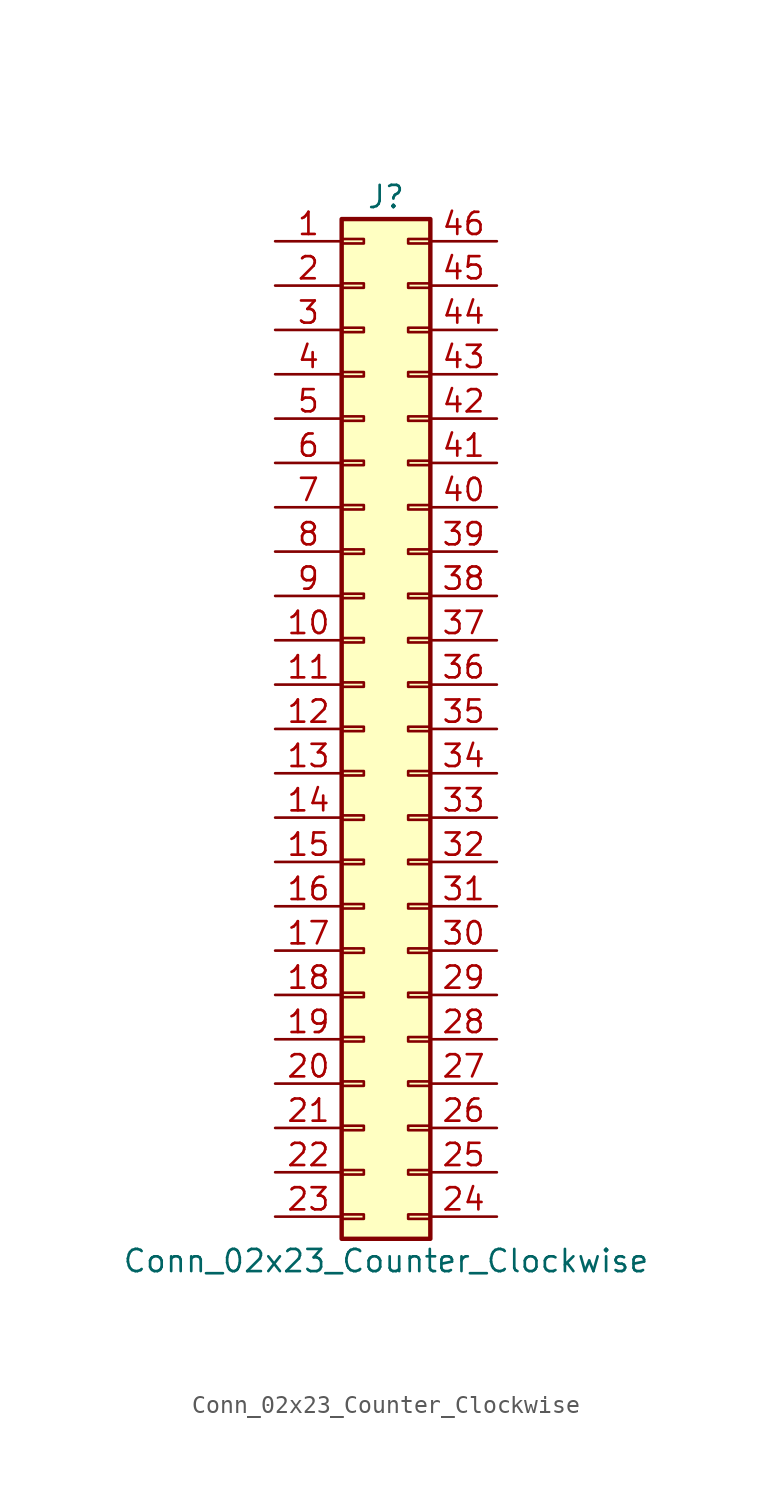
<source format=kicad_sym>
(kicad_symbol_lib
  (version 20220914)
  (generator kicad_symbol_editor)
  (symbol "Conn_02x23_Counter_Clockwise"
    (pin_names
      (offset 1.016) hide)
    (property "Reference" "J"
      (at 1.27 30.48 0)
      (effects (font (size 1.27 1.27))))
    (property "Value" "Conn_02x23_Counter_Clockwise"
      (at 1.27 -30.48 0)
      (effects (font (size 1.27 1.27))))
    (symbol "Conn_02x23_Counter_Clockwise_1_1"
      (rectangle (start -1.27 -27.813) (end 0 -28.067) (stroke (width 0.152) (type solid)) (fill (type none)))
      (rectangle (start -1.27 -25.273) (end 0 -25.527) (stroke (width 0.152) (type solid)) (fill (type none)))
      (rectangle (start -1.27 -22.733) (end 0 -22.987) (stroke (width 0.152) (type solid)) (fill (type none)))
      (rectangle (start -1.27 -20.193) (end 0 -20.447) (stroke (width 0.152) (type solid)) (fill (type none)))
      (rectangle (start -1.27 -17.653) (end 0 -17.907) (stroke (width 0.152) (type solid)) (fill (type none)))
      (rectangle (start -1.27 -15.113) (end 0 -15.367) (stroke (width 0.152) (type solid)) (fill (type none)))
      (rectangle (start -1.27 -12.573) (end 0 -12.827) (stroke (width 0.152) (type solid)) (fill (type none)))
      (rectangle (start -1.27 -10.033) (end 0 -10.287) (stroke (width 0.152) (type solid)) (fill (type none)))
      (rectangle (start -1.27 -7.493) (end 0 -7.747) (stroke (width 0.152) (type solid)) (fill (type none)))
      (rectangle (start -1.27 -4.953) (end 0 -5.207) (stroke (width 0.152) (type solid)) (fill (type none)))
      (rectangle (start -1.27 -2.413) (end 0 -2.667) (stroke (width 0.152) (type solid)) (fill (type none)))
      (rectangle (start -1.27 0.127) (end 0 -0.127) (stroke (width 0.152) (type solid)) (fill (type none)))
      (rectangle (start -1.27 2.667) (end 0 2.413) (stroke (width 0.152) (type solid)) (fill (type none)))
      (rectangle (start -1.27 5.207) (end 0 4.953) (stroke (width 0.152) (type solid)) (fill (type none)))
      (rectangle (start -1.27 7.747) (end 0 7.493) (stroke (width 0.152) (type solid)) (fill (type none)))
      (rectangle (start -1.27 10.287) (end 0 10.033) (stroke (width 0.152) (type solid)) (fill (type none)))
      (rectangle (start -1.27 12.827) (end 0 12.573) (stroke (width 0.152) (type solid)) (fill (type none)))
      (rectangle (start -1.27 15.367) (end 0 15.113) (stroke (width 0.152) (type solid)) (fill (type none)))
      (rectangle (start -1.27 17.907) (end 0 17.653) (stroke (width 0.152) (type solid)) (fill (type none)))
      (rectangle (start -1.27 20.447) (end 0 20.193) (stroke (width 0.152) (type solid)) (fill (type none)))
      (rectangle (start -1.27 22.987) (end 0 22.733) (stroke (width 0.152) (type solid)) (fill (type none)))
      (rectangle (start -1.27 25.527) (end 0 25.273) (stroke (width 0.152) (type solid)) (fill (type none)))
      (rectangle (start -1.27 28.067) (end 0 27.813) (stroke (width 0.152) (type solid)) (fill (type none)))
      (rectangle (start -1.27 29.21) (end 3.81 -29.21) (stroke (width 0.254) (type solid)) (fill (type background)))
      (rectangle (start 3.81 -27.813) (end 2.54 -28.067) (stroke (width 0.152) (type solid)) (fill (type none)))
      (rectangle (start 3.81 -25.273) (end 2.54 -25.527) (stroke (width 0.152) (type solid)) (fill (type none)))
      (rectangle (start 3.81 -22.733) (end 2.54 -22.987) (stroke (width 0.152) (type solid)) (fill (type none)))
      (rectangle (start 3.81 -20.193) (end 2.54 -20.447) (stroke (width 0.152) (type solid)) (fill (type none)))
      (rectangle (start 3.81 -17.653) (end 2.54 -17.907) (stroke (width 0.152) (type solid)) (fill (type none)))
      (rectangle (start 3.81 -15.113) (end 2.54 -15.367) (stroke (width 0.152) (type solid)) (fill (type none)))
      (rectangle (start 3.81 -12.573) (end 2.54 -12.827) (stroke (width 0.152) (type solid)) (fill (type none)))
      (rectangle (start 3.81 -10.033) (end 2.54 -10.287) (stroke (width 0.152) (type solid)) (fill (type none)))
      (rectangle (start 3.81 -7.493) (end 2.54 -7.747) (stroke (width 0.152) (type solid)) (fill (type none)))
      (rectangle (start 3.81 -4.953) (end 2.54 -5.207) (stroke (width 0.152) (type solid)) (fill (type none)))
      (rectangle (start 3.81 -2.413) (end 2.54 -2.667) (stroke (width 0.152) (type solid)) (fill (type none)))
      (rectangle (start 3.81 0.127) (end 2.54 -0.127) (stroke (width 0.152) (type solid)) (fill (type none)))
      (rectangle (start 3.81 2.667) (end 2.54 2.413) (stroke (width 0.152) (type solid)) (fill (type none)))
      (rectangle (start 3.81 5.207) (end 2.54 4.953) (stroke (width 0.152) (type solid)) (fill (type none)))
      (rectangle (start 3.81 7.747) (end 2.54 7.493) (stroke (width 0.152) (type solid)) (fill (type none)))
      (rectangle (start 3.81 10.287) (end 2.54 10.033) (stroke (width 0.152) (type solid)) (fill (type none)))
      (rectangle (start 3.81 12.827) (end 2.54 12.573) (stroke (width 0.152) (type solid)) (fill (type none)))
      (rectangle (start 3.81 15.367) (end 2.54 15.113) (stroke (width 0.152) (type solid)) (fill (type none)))
      (rectangle (start 3.81 17.907) (end 2.54 17.653) (stroke (width 0.152) (type solid)) (fill (type none)))
      (rectangle (start 3.81 20.447) (end 2.54 20.193) (stroke (width 0.152) (type solid)) (fill (type none)))
      (rectangle (start 3.81 22.987) (end 2.54 22.733) (stroke (width 0.152) (type solid)) (fill (type none)))
      (rectangle (start 3.81 25.527) (end 2.54 25.273) (stroke (width 0.152) (type solid)) (fill (type none)))
      (rectangle (start 3.81 28.067) (end 2.54 27.813) (stroke (width 0.152) (type solid)) (fill (type none)))
      (pin passive line (at -5.08 27.94 0) (length 3.81) (name "Pin_1" (effects (font (size 1.27 1.27)))) (number "1" (effects (font (size 1.27 1.27)))))
      (pin passive line (at -5.08 5.08 0) (length 3.81) (name "Pin_10" (effects (font (size 1.27 1.27)))) (number "10" (effects (font (size 1.27 1.27)))))
      (pin passive line (at -5.08 2.54 0) (length 3.81) (name "Pin_11" (effects (font (size 1.27 1.27)))) (number "11" (effects (font (size 1.27 1.27)))))
      (pin passive line (at -5.08 0 0) (length 3.81) (name "Pin_12" (effects (font (size 1.27 1.27)))) (number "12" (effects (font (size 1.27 1.27)))))
      (pin passive line (at -5.08 -2.54 0) (length 3.81) (name "Pin_13" (effects (font (size 1.27 1.27)))) (number "13" (effects (font (size 1.27 1.27)))))
      (pin passive line (at -5.08 -5.08 0) (length 3.81) (name "Pin_14" (effects (font (size 1.27 1.27)))) (number "14" (effects (font (size 1.27 1.27)))))
      (pin passive line (at -5.08 -7.62 0) (length 3.81) (name "Pin_15" (effects (font (size 1.27 1.27)))) (number "15" (effects (font (size 1.27 1.27)))))
      (pin passive line (at -5.08 -10.16 0) (length 3.81) (name "Pin_16" (effects (font (size 1.27 1.27)))) (number "16" (effects (font (size 1.27 1.27)))))
      (pin passive line (at -5.08 -12.7 0) (length 3.81) (name "Pin_17" (effects (font (size 1.27 1.27)))) (number "17" (effects (font (size 1.27 1.27)))))
      (pin passive line (at -5.08 -15.24 0) (length 3.81) (name "Pin_18" (effects (font (size 1.27 1.27)))) (number "18" (effects (font (size 1.27 1.27)))))
      (pin passive line (at -5.08 -17.78 0) (length 3.81) (name "Pin_19" (effects (font (size 1.27 1.27)))) (number "19" (effects (font (size 1.27 1.27)))))
      (pin passive line (at -5.08 25.4 0) (length 3.81) (name "Pin_2" (effects (font (size 1.27 1.27)))) (number "2" (effects (font (size 1.27 1.27)))))
      (pin passive line (at -5.08 -20.32 0) (length 3.81) (name "Pin_20" (effects (font (size 1.27 1.27)))) (number "20" (effects (font (size 1.27 1.27)))))
      (pin passive line (at -5.08 -22.86 0) (length 3.81) (name "Pin_21" (effects (font (size 1.27 1.27)))) (number "21" (effects (font (size 1.27 1.27)))))
      (pin passive line (at -5.08 -25.4 0) (length 3.81) (name "Pin_22" (effects (font (size 1.27 1.27)))) (number "22" (effects (font (size 1.27 1.27)))))
      (pin passive line (at -5.08 -27.94 0) (length 3.81) (name "Pin_23" (effects (font (size 1.27 1.27)))) (number "23" (effects (font (size 1.27 1.27)))))
      (pin passive line (at 7.62 -27.94 180) (length 3.81) (name "Pin_24" (effects (font (size 1.27 1.27)))) (number "24" (effects (font (size 1.27 1.27)))))
      (pin passive line (at 7.62 -25.4 180) (length 3.81) (name "Pin_25" (effects (font (size 1.27 1.27)))) (number "25" (effects (font (size 1.27 1.27)))))
      (pin passive line (at 7.62 -22.86 180) (length 3.81) (name "Pin_26" (effects (font (size 1.27 1.27)))) (number "26" (effects (font (size 1.27 1.27)))))
      (pin passive line (at 7.62 -20.32 180) (length 3.81) (name "Pin_27" (effects (font (size 1.27 1.27)))) (number "27" (effects (font (size 1.27 1.27)))))
      (pin passive line (at 7.62 -17.78 180) (length 3.81) (name "Pin_28" (effects (font (size 1.27 1.27)))) (number "28" (effects (font (size 1.27 1.27)))))
      (pin passive line (at 7.62 -15.24 180) (length 3.81) (name "Pin_29" (effects (font (size 1.27 1.27)))) (number "29" (effects (font (size 1.27 1.27)))))
      (pin passive line (at -5.08 22.86 0) (length 3.81) (name "Pin_3" (effects (font (size 1.27 1.27)))) (number "3" (effects (font (size 1.27 1.27)))))
      (pin passive line (at 7.62 -12.7 180) (length 3.81) (name "Pin_30" (effects (font (size 1.27 1.27)))) (number "30" (effects (font (size 1.27 1.27)))))
      (pin passive line (at 7.62 -10.16 180) (length 3.81) (name "Pin_31" (effects (font (size 1.27 1.27)))) (number "31" (effects (font (size 1.27 1.27)))))
      (pin passive line (at 7.62 -7.62 180) (length 3.81) (name "Pin_32" (effects (font (size 1.27 1.27)))) (number "32" (effects (font (size 1.27 1.27)))))
      (pin passive line (at 7.62 -5.08 180) (length 3.81) (name "Pin_33" (effects (font (size 1.27 1.27)))) (number "33" (effects (font (size 1.27 1.27)))))
      (pin passive line (at 7.62 -2.54 180) (length 3.81) (name "Pin_34" (effects (font (size 1.27 1.27)))) (number "34" (effects (font (size 1.27 1.27)))))
      (pin passive line (at 7.62 0 180) (length 3.81) (name "Pin_35" (effects (font (size 1.27 1.27)))) (number "35" (effects (font (size 1.27 1.27)))))
      (pin passive line (at 7.62 2.54 180) (length 3.81) (name "Pin_36" (effects (font (size 1.27 1.27)))) (number "36" (effects (font (size 1.27 1.27)))))
      (pin passive line (at 7.62 5.08 180) (length 3.81) (name "Pin_37" (effects (font (size 1.27 1.27)))) (number "37" (effects (font (size 1.27 1.27)))))
      (pin passive line (at 7.62 7.62 180) (length 3.81) (name "Pin_38" (effects (font (size 1.27 1.27)))) (number "38" (effects (font (size 1.27 1.27)))))
      (pin passive line (at 7.62 10.16 180) (length 3.81) (name "Pin_39" (effects (font (size 1.27 1.27)))) (number "39" (effects (font (size 1.27 1.27)))))
      (pin passive line (at -5.08 20.32 0) (length 3.81) (name "Pin_4" (effects (font (size 1.27 1.27)))) (number "4" (effects (font (size 1.27 1.27)))))
      (pin passive line (at 7.62 12.7 180) (length 3.81) (name "Pin_40" (effects (font (size 1.27 1.27)))) (number "40" (effects (font (size 1.27 1.27)))))
      (pin passive line (at 7.62 15.24 180) (length 3.81) (name "Pin_41" (effects (font (size 1.27 1.27)))) (number "41" (effects (font (size 1.27 1.27)))))
      (pin passive line (at 7.62 17.78 180) (length 3.81) (name "Pin_42" (effects (font (size 1.27 1.27)))) (number "42" (effects (font (size 1.27 1.27)))))
      (pin passive line (at 7.62 20.32 180) (length 3.81) (name "Pin_43" (effects (font (size 1.27 1.27)))) (number "43" (effects (font (size 1.27 1.27)))))
      (pin passive line (at 7.62 22.86 180) (length 3.81) (name "Pin_44" (effects (font (size 1.27 1.27)))) (number "44" (effects (font (size 1.27 1.27)))))
      (pin passive line (at 7.62 25.4 180) (length 3.81) (name "Pin_45" (effects (font (size 1.27 1.27)))) (number "45" (effects (font (size 1.27 1.27)))))
      (pin passive line (at 7.62 27.94 180) (length 3.81) (name "Pin_46" (effects (font (size 1.27 1.27)))) (number "46" (effects (font (size 1.27 1.27)))))
      (pin passive line (at -5.08 17.78 0) (length 3.81) (name "Pin_5" (effects (font (size 1.27 1.27)))) (number "5" (effects (font (size 1.27 1.27)))))
      (pin passive line (at -5.08 15.24 0) (length 3.81) (name "Pin_6" (effects (font (size 1.27 1.27)))) (number "6" (effects (font (size 1.27 1.27)))))
      (pin passive line (at -5.08 12.7 0) (length 3.81) (name "Pin_7" (effects (font (size 1.27 1.27)))) (number "7" (effects (font (size 1.27 1.27)))))
      (pin passive line (at -5.08 10.16 0) (length 3.81) (name "Pin_8" (effects (font (size 1.27 1.27)))) (number "8" (effects (font (size 1.27 1.27)))))
      (pin passive line (at -5.08 7.62 0) (length 3.81) (name "Pin_9" (effects (font (size 1.27 1.27)))) (number "9" (effects (font (size 1.27 1.27))))))))
</source>
